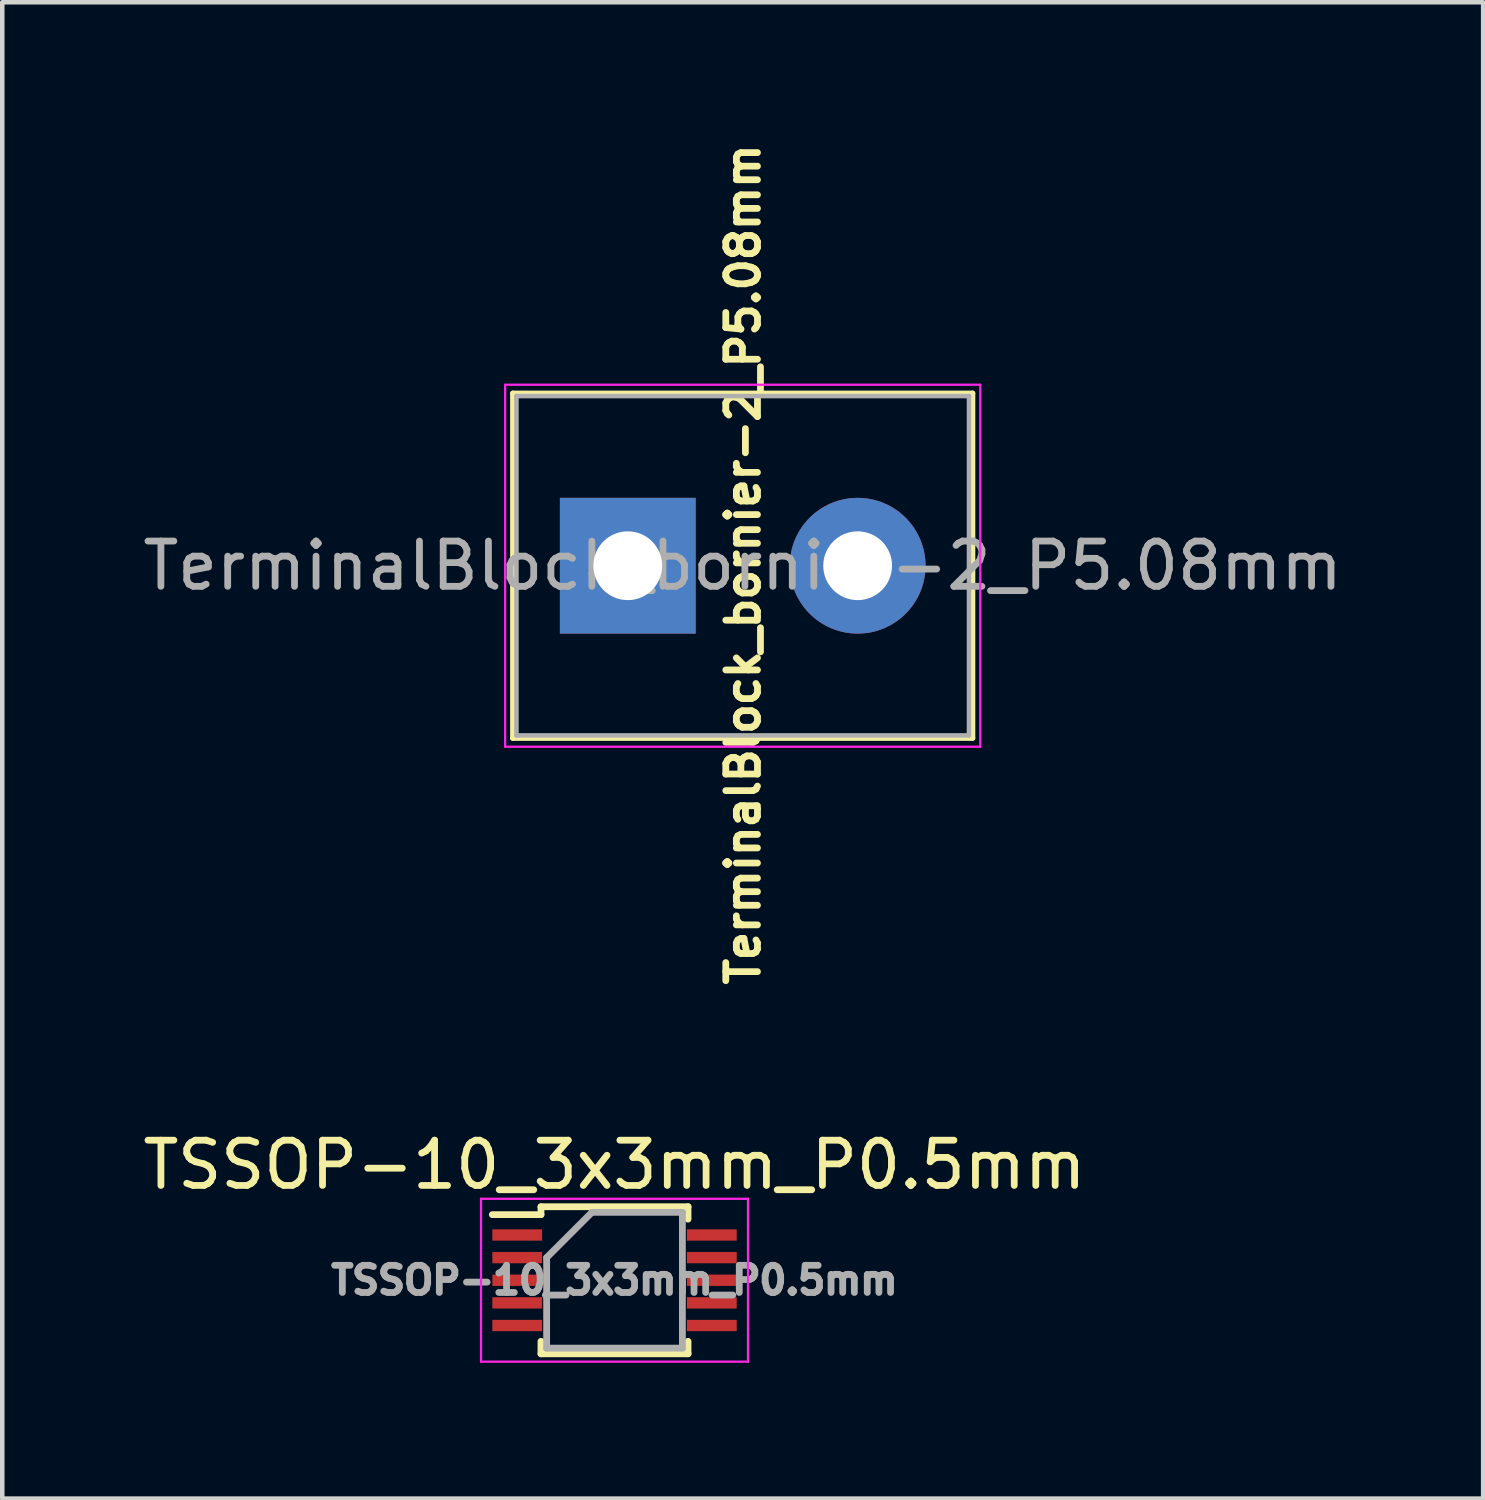
<source format=kicad_pcb>
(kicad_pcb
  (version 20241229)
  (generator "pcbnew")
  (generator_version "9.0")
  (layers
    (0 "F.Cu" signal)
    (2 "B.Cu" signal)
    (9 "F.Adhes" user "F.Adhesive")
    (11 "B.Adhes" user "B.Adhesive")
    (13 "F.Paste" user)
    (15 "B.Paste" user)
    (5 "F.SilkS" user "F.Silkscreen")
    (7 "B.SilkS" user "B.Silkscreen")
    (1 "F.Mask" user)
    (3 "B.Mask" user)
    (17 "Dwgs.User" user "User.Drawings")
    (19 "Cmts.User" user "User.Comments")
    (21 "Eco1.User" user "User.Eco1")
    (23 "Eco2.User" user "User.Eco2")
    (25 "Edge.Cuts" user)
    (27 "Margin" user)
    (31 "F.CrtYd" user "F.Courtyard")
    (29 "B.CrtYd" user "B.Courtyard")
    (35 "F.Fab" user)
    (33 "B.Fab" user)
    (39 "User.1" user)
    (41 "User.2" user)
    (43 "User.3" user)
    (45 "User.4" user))
  (footprint "TSSOP-10_3x3mm_P0.5mm"
    (layer "F.Cu")
    (at 10.53 25.242)
    (property "Reference" "TSSOP-10_3x3mm_P0.5mm" (at 0 -2.55 0) (layer "F.SilkS") (effects (font (size 1 1) (thickness 0.15))))
    (attr smd)
    (fp_line (start -1.625 -1.625) (end -1.625 -1.45) (stroke (width 0.15) (type solid)) (layer "F.SilkS"))
    (fp_line (start -1.625 -1.625) (end 1.625 -1.625) (stroke (width 0.15) (type solid)) (layer "F.SilkS"))
    (fp_line (start -1.625 -1.45) (end -2.7 -1.45) (stroke (width 0.15) (type solid)) (layer "F.SilkS"))
    (fp_line (start -1.625 1.625) (end -1.625 1.35) (stroke (width 0.15) (type solid)) (layer "F.SilkS"))
    (fp_line (start -1.625 1.625) (end 1.625 1.625) (stroke (width 0.15) (type solid)) (layer "F.SilkS"))
    (fp_line (start 1.625 -1.625) (end 1.625 -1.35) (stroke (width 0.15) (type solid)) (layer "F.SilkS"))
    (fp_line (start 1.625 1.625) (end 1.625 1.35) (stroke (width 0.15) (type solid)) (layer "F.SilkS"))
    (fp_line (start -2.95 -1.8) (end -2.95 1.8) (stroke (width 0.05) (type solid)) (layer "F.CrtYd"))
    (fp_line (start -2.95 -1.8) (end 2.95 -1.8) (stroke (width 0.05) (type solid)) (layer "F.CrtYd"))
    (fp_line (start -2.95 1.8) (end 2.95 1.8) (stroke (width 0.05) (type solid)) (layer "F.CrtYd"))
    (fp_line (start 2.95 -1.8) (end 2.95 1.8) (stroke (width 0.05) (type solid)) (layer "F.CrtYd"))
    (fp_line (start -1.5 -0.5) (end -0.5 -1.5) (stroke (width 0.15) (type solid)) (layer "F.Fab"))
    (fp_line (start -1.5 1.5) (end -1.5 -0.5) (stroke (width 0.15) (type solid)) (layer "F.Fab"))
    (fp_line (start -0.5 -1.5) (end 1.5 -1.5) (stroke (width 0.15) (type solid)) (layer "F.Fab"))
    (fp_line (start 1.5 -1.5) (end 1.5 1.5) (stroke (width 0.15) (type solid)) (layer "F.Fab"))
    (fp_line (start 1.5 1.5) (end -1.5 1.5) (stroke (width 0.15) (type solid)) (layer "F.Fab"))
    (fp_text user "${REFERENCE}" (at 0 0 0) (layer "F.Fab") (effects (font (size 0.6 0.6) (thickness 0.15))))
    (pad "1" smd rect (at -2.15 -1) (size 1.1 0.25) (layers "F.Cu" "F.Mask" "F.Paste"))
    (pad "2" smd rect (at -2.15 -0.5) (size 1.1 0.25) (layers "F.Cu" "F.Mask" "F.Paste"))
    (pad "3" smd rect (at -2.15 0) (size 1.1 0.25) (layers "F.Cu" "F.Mask" "F.Paste"))
    (pad "4" smd rect (at -2.15 0.5) (size 1.1 0.25) (layers "F.Cu" "F.Mask" "F.Paste"))
    (pad "5" smd rect (at -2.15 1) (size 1.1 0.25) (layers "F.Cu" "F.Mask" "F.Paste"))
    (pad "6" smd rect (at 2.15 1) (size 1.1 0.25) (layers "F.Cu" "F.Mask" "F.Paste"))
    (pad "7" smd rect (at 2.15 0.5) (size 1.1 0.25) (layers "F.Cu" "F.Mask" "F.Paste"))
    (pad "8" smd rect (at 2.15 0) (size 1.1 0.25) (layers "F.Cu" "F.Mask" "F.Paste"))
    (pad "9" smd rect (at 2.15 -0.5) (size 1.1 0.25) (layers "F.Cu" "F.Mask" "F.Paste"))
    (pad "10" smd rect (at 2.15 -1) (size 1.1 0.25) (layers "F.Cu" "F.Mask" "F.Paste")))
  (footprint "TerminalBlock_bornier-2_P5.08mm"
    (layer "F.Cu")
    (at 10.823 9.452)
    (property "Reference" "TerminalBlock_bornier-2_P5.08mm" (at 2.55 -0.03 270) (layer "F.SilkS") (effects (font (size 0.7 0.7) (thickness 0.15))))
    (attr through_hole)
    (fp_line (start -2.54 -3.81) (end -2.54 3.81) (stroke (width 0.12) (type solid)) (layer "F.SilkS"))
    (fp_line (start -2.54 3.81) (end 7.62 3.81) (stroke (width 0.12) (type solid)) (layer "F.SilkS"))
    (fp_line (start 7.62 -3.81) (end -2.54 -3.81) (stroke (width 0.12) (type solid)) (layer "F.SilkS"))
    (fp_line (start 7.62 3.81) (end 7.62 -3.81) (stroke (width 0.12) (type solid)) (layer "F.SilkS"))
    (fp_line (start -2.71 -4) (end -2.71 4) (stroke (width 0.05) (type solid)) (layer "F.CrtYd"))
    (fp_line (start -2.71 -4) (end 7.79 -4) (stroke (width 0.05) (type solid)) (layer "F.CrtYd"))
    (fp_line (start 7.79 4) (end -2.71 4) (stroke (width 0.05) (type solid)) (layer "F.CrtYd"))
    (fp_line (start 7.79 4) (end 7.79 -4) (stroke (width 0.05) (type solid)) (layer "F.CrtYd"))
    (fp_line (start -2.46 -3.75) (end -2.46 3.75) (stroke (width 0.1) (type solid)) (layer "F.Fab"))
    (fp_line (start -2.46 3.75) (end 7.54 3.75) (stroke (width 0.1) (type solid)) (layer "F.Fab"))
    (fp_line (start 7.54 -3.75) (end -2.46 -3.75) (stroke (width 0.1) (type solid)) (layer "F.Fab"))
    (fp_line (start 7.54 3.75) (end 7.54 -3.75) (stroke (width 0.1) (type solid)) (layer "F.Fab"))
    (fp_text user "${REFERENCE}" (at 2.54 0 0) (layer "F.Fab") (effects (font (size 1 1) (thickness 0.15))))
    (pad "1" thru_hole rect (at 0 0) (size 3 3) (drill 1.52) (layers "*.Cu" "*.Mask"))
    (pad "2" thru_hole circle (at 5.08 0) (size 3 3) (drill 1.52) (layers "*.Cu" "*.Mask")))
  (gr_rect
    (start -3 -3)
    (end 29.726 30.067)
    (stroke (width 0.1) (type default))
    (fill no)
    (layer "Edge.Cuts")))
</source>
